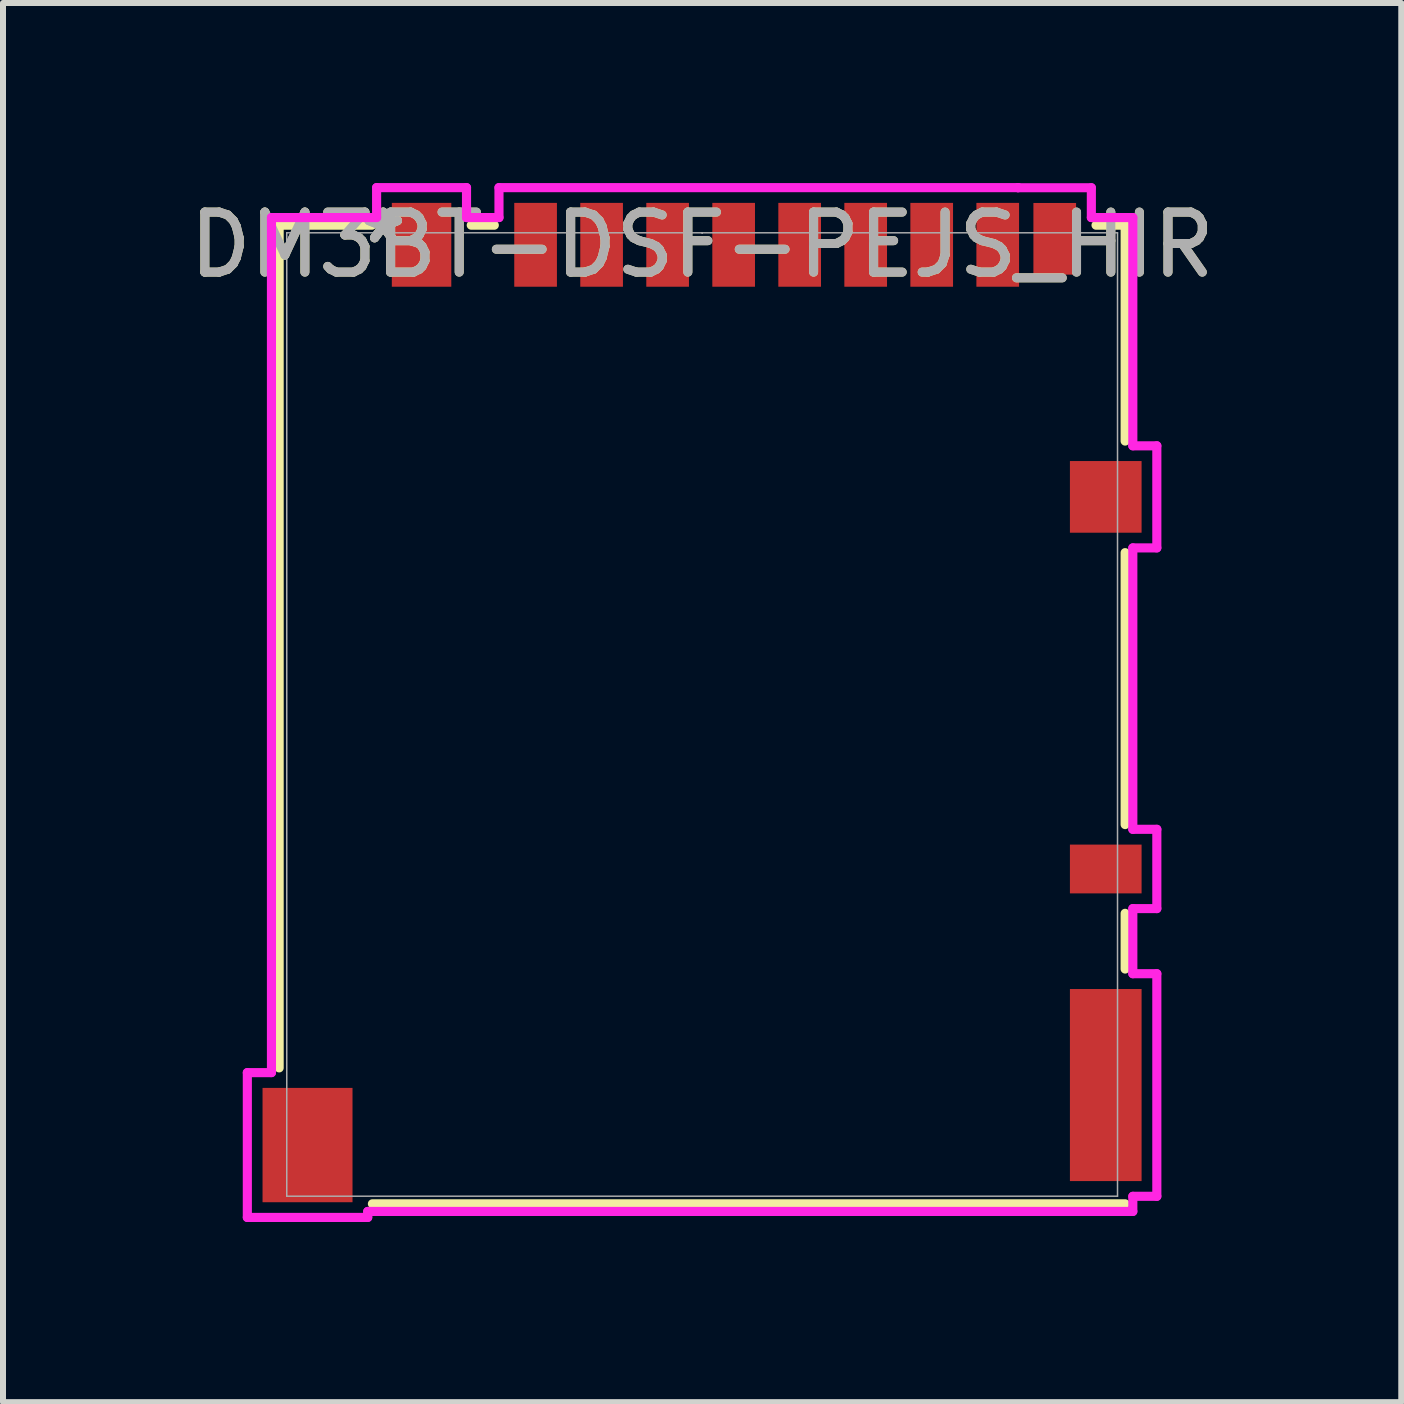
<source format=kicad_pcb>
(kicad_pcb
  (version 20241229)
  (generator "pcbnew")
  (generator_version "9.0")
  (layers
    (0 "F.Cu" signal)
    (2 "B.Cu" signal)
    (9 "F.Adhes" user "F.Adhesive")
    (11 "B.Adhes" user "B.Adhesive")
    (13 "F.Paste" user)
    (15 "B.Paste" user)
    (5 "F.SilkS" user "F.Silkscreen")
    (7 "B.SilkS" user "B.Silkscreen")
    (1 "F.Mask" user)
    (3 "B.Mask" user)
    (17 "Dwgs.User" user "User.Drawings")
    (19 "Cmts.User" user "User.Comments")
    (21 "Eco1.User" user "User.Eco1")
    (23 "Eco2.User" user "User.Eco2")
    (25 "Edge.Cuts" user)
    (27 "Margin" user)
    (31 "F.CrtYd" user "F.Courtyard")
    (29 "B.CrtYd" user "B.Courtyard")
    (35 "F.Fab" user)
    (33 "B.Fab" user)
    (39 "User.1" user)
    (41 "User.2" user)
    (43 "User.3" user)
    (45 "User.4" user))
  (footprint "DM3BT-DSF-PEJS_HIR"
    (layer "F.Cu")
    (at 8.649 8.855)
    (property "Reference" "DM3BT-DSF-PEJS_HIR" (at 0 -7.826 0) (unlocked yes) (layer "F.SilkS") (effects (font (size 1 1) (thickness 0.15))))
    (attr smd)
    (fp_line (start -7.048 -8.153) (end -7.048 5.888) (stroke (width 0.152) (type solid)) (layer "F.SilkS"))
    (fp_line (start -5.503 -8.153) (end -7.048 -8.153) (stroke (width 0.152) (type solid)) (layer "F.SilkS"))
    (fp_line (start -5.494 8.153) (end 7.048 8.153) (stroke (width 0.152) (type solid)) (layer "F.SilkS"))
    (fp_line (start -3.463 -8.153) (end -3.847 -8.153) (stroke (width 0.152) (type solid)) (layer "F.SilkS"))
    (fp_line (start 7.048 -8.153) (end 6.563 -8.153) (stroke (width 0.152) (type solid)) (layer "F.SilkS"))
    (fp_line (start 7.048 -4.556) (end 7.048 -8.153) (stroke (width 0.152) (type solid)) (layer "F.SilkS"))
    (fp_line (start 7.048 1.834) (end 7.048 -2.697) (stroke (width 0.152) (type solid)) (layer "F.SilkS"))
    (fp_line (start 7.048 4.241) (end 7.048 3.313) (stroke (width 0.152) (type solid)) (layer "F.SilkS"))
    (fp_line (start -7.578 5.967) (end -7.578 8.38) (stroke (width 0.152) (type solid)) (layer "F.CrtYd"))
    (fp_line (start -7.578 8.38) (end -5.572 8.38) (stroke (width 0.152) (type solid)) (layer "F.CrtYd"))
    (fp_line (start -7.176 -8.28) (end -7.176 5.967) (stroke (width 0.152) (type solid)) (layer "F.CrtYd"))
    (fp_line (start -7.176 5.967) (end -7.578 5.967) (stroke (width 0.152) (type solid)) (layer "F.CrtYd"))
    (fp_line (start -5.572 8.28) (end 7.176 8.28) (stroke (width 0.152) (type solid)) (layer "F.CrtYd"))
    (fp_line (start -5.572 8.38) (end -5.572 8.28) (stroke (width 0.152) (type solid)) (layer "F.CrtYd"))
    (fp_line (start -5.424 -8.779) (end -5.424 -8.28) (stroke (width 0.152) (type solid)) (layer "F.CrtYd"))
    (fp_line (start -5.424 -8.28) (end -7.176 -8.28) (stroke (width 0.152) (type solid)) (layer "F.CrtYd"))
    (fp_line (start -3.926 -8.779) (end -5.424 -8.779) (stroke (width 0.152) (type solid)) (layer "F.CrtYd"))
    (fp_line (start -3.926 -8.28) (end -3.926 -8.779) (stroke (width 0.152) (type solid)) (layer "F.CrtYd"))
    (fp_line (start -3.385 -8.779) (end -3.385 -8.28) (stroke (width 0.152) (type solid)) (layer "F.CrtYd"))
    (fp_line (start -3.385 -8.28) (end -3.926 -8.28) (stroke (width 0.152) (type solid)) (layer "F.CrtYd"))
    (fp_line (start 5.265 -8.779) (end -3.385 -8.779) (stroke (width 0.152) (type solid)) (layer "F.CrtYd"))
    (fp_line (start 5.265 -8.777) (end 5.265 -8.779) (stroke (width 0.152) (type solid)) (layer "F.CrtYd"))
    (fp_line (start 6.485 -8.777) (end 5.265 -8.777) (stroke (width 0.152) (type solid)) (layer "F.CrtYd"))
    (fp_line (start 6.485 -8.28) (end 6.485 -8.777) (stroke (width 0.152) (type solid)) (layer "F.CrtYd"))
    (fp_line (start 7.176 -8.28) (end 6.485 -8.28) (stroke (width 0.152) (type solid)) (layer "F.CrtYd"))
    (fp_line (start 7.176 -4.477) (end 7.176 -8.28) (stroke (width 0.152) (type solid)) (layer "F.CrtYd"))
    (fp_line (start 7.176 -2.776) (end 7.576 -2.776) (stroke (width 0.152) (type solid)) (layer "F.CrtYd"))
    (fp_line (start 7.176 1.913) (end 7.176 -2.776) (stroke (width 0.152) (type solid)) (layer "F.CrtYd"))
    (fp_line (start 7.176 3.234) (end 7.576 3.234) (stroke (width 0.152) (type solid)) (layer "F.CrtYd"))
    (fp_line (start 7.176 4.319) (end 7.176 3.234) (stroke (width 0.152) (type solid)) (layer "F.CrtYd"))
    (fp_line (start 7.176 8.028) (end 7.576 8.028) (stroke (width 0.152) (type solid)) (layer "F.CrtYd"))
    (fp_line (start 7.176 8.28) (end 7.176 8.028) (stroke (width 0.152) (type solid)) (layer "F.CrtYd"))
    (fp_line (start 7.576 -4.477) (end 7.176 -4.477) (stroke (width 0.152) (type solid)) (layer "F.CrtYd"))
    (fp_line (start 7.576 -2.776) (end 7.576 -4.477) (stroke (width 0.152) (type solid)) (layer "F.CrtYd"))
    (fp_line (start 7.576 4.319) (end 7.176 4.319) (stroke (width 0.152) (type solid)) (layer "F.CrtYd"))
    (fp_line (start 7.576 8.028) (end 7.576 4.319) (stroke (width 0.152) (type solid)) (layer "F.CrtYd"))
    (fp_line (start 7.576 1.913) (end 7.176 1.913) (stroke (width 0.152) (type solid)) (layer "F.CrtYd"))
    (fp_line (start 7.576 3.234) (end 7.576 1.913) (stroke (width 0.152) (type solid)) (layer "F.CrtYd"))
    (fp_line (start -6.921 -8.026) (end -6.921 8.026) (stroke (width 0.025) (type solid)) (layer "F.Fab"))
    (fp_line (start -6.921 8.026) (end 6.921 8.026) (stroke (width 0.025) (type solid)) (layer "F.Fab"))
    (fp_line (start 0 -8.026) (end 0 -8.026) (stroke (width 0.025) (type solid)) (layer "F.Fab"))
    (fp_line (start 0 -8.026) (end 0 -8.026) (stroke (width 0.025) (type solid)) (layer "F.Fab"))
    (fp_line (start 0 -8.026) (end 0 -8.026) (stroke (width 0.025) (type solid)) (layer "F.Fab"))
    (fp_line (start 0 -8.026) (end 0 -8.026) (stroke (width 0.025) (type solid)) (layer "F.Fab"))
    (fp_line (start 6.921 -8.026) (end -6.921 -8.026) (stroke (width 0.025) (type solid)) (layer "F.Fab"))
    (fp_line (start 6.921 8.026) (end 6.921 -8.026) (stroke (width 0.025) (type solid)) (layer "F.Fab"))
    (fp_text user "*" (at -5.315 -7.826 0) (layer "F.SilkS") (effects (font (size 1 1) (thickness 0.15))))
    (fp_text user "*" (at -5.315 -7.826 0) (unlocked yes) (layer "F.SilkS") (effects (font (size 1 1) (thickness 0.15))))
    (fp_text user "${REFERENCE}" (at 0 -7.826 0) (unlocked yes) (layer "F.Fab") (effects (font (size 1 1) (thickness 0.15))))
    (fp_text user "*" (at -5.315 -7.826 0) (layer "F.Fab") (effects (font (size 1 1) (thickness 0.15))))
    (fp_text user "*" (at -5.315 -7.826 0) (unlocked yes) (layer "F.Fab") (effects (font (size 1 1) (thickness 0.15))))
    (pad "1" smd rect (at -2.775 -7.826) (size 0.711 1.397) (layers "F.Cu" "F.Mask" "F.Paste"))
    (pad "2" smd rect (at -1.675 -7.826) (size 0.711 1.397) (layers "F.Cu" "F.Mask" "F.Paste"))
    (pad "3" smd rect (at -0.575 -7.826) (size 0.711 1.397) (layers "F.Cu" "F.Mask" "F.Paste"))
    (pad "4" smd rect (at 0.525 -7.826) (size 0.711 1.397) (layers "F.Cu" "F.Mask" "F.Paste"))
    (pad "5" smd rect (at 1.625 -7.826) (size 0.711 1.397) (layers "F.Cu" "F.Mask" "F.Paste"))
    (pad "6" smd rect (at 2.725 -7.826) (size 0.711 1.397) (layers "F.Cu" "F.Mask" "F.Paste"))
    (pad "7" smd rect (at 3.825 -7.826) (size 0.711 1.397) (layers "F.Cu" "F.Mask" "F.Paste"))
    (pad "8" smd rect (at 4.925 -7.826) (size 0.711 1.397) (layers "F.Cu" "F.Mask" "F.Paste"))
    (pad "9" smd rect (at 6.725 2.574) (size 1.194 0.813) (layers "F.Cu" "F.Mask" "F.Paste"))
    (pad "10" smd rect (at 5.875 -7.926) (size 0.711 1.194) (layers "F.Cu" "F.Mask" "F.Paste"))
    (pad "11" smd rect (at -4.675 -7.826) (size 0.991 1.397) (layers "F.Cu" "F.Mask" "F.Paste"))
    (pad "12" smd rect (at 6.725 -3.626) (size 1.194 1.194) (layers "F.Cu" "F.Mask" "F.Paste"))
    (pad "13" smd rect (at 6.725 6.174) (size 1.194 3.2) (layers "F.Cu" "F.Mask" "F.Paste"))
    (pad "14" smd rect (at -6.575 7.174) (size 1.499 1.905) (layers "F.Cu" "F.Mask" "F.Paste")))
  (gr_rect
    (start -3 -3)
    (end 20.298 20.312)
    (stroke (width 0.1) (type default))
    (fill no)
    (layer "Edge.Cuts")))
</source>
